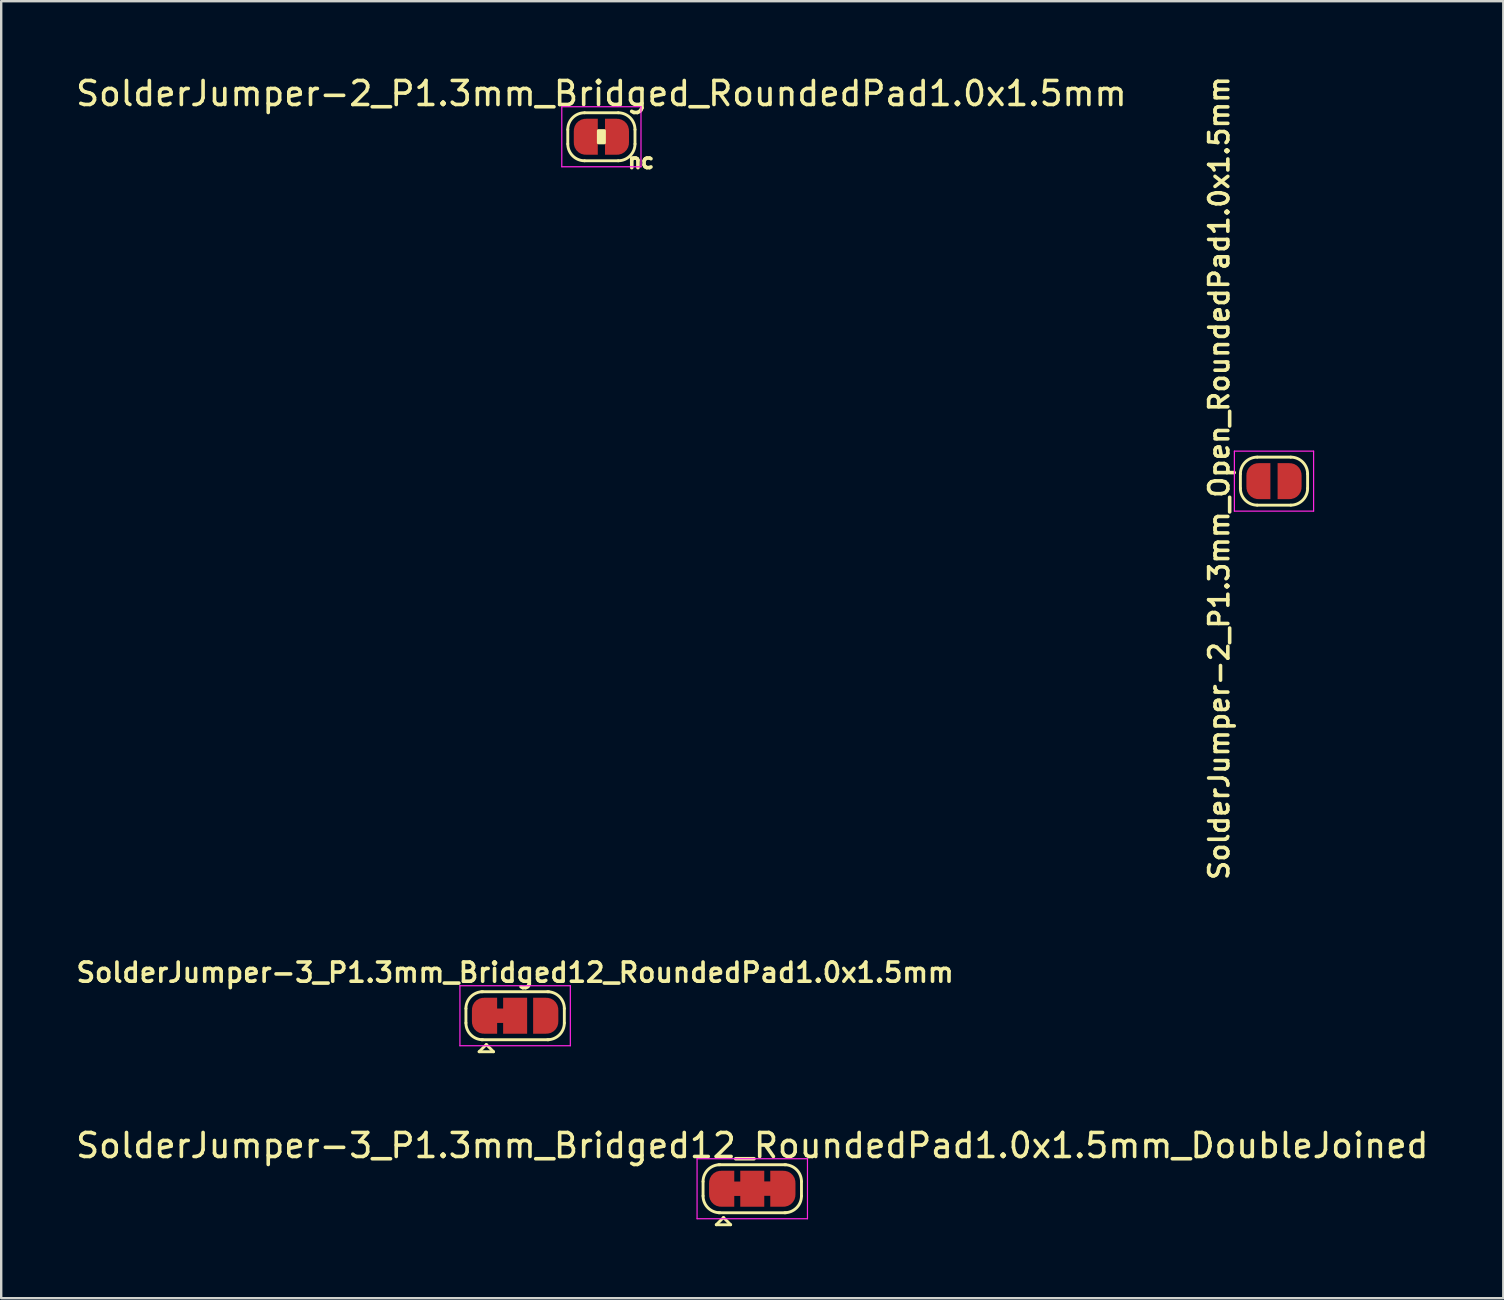
<source format=kicad_pcb>
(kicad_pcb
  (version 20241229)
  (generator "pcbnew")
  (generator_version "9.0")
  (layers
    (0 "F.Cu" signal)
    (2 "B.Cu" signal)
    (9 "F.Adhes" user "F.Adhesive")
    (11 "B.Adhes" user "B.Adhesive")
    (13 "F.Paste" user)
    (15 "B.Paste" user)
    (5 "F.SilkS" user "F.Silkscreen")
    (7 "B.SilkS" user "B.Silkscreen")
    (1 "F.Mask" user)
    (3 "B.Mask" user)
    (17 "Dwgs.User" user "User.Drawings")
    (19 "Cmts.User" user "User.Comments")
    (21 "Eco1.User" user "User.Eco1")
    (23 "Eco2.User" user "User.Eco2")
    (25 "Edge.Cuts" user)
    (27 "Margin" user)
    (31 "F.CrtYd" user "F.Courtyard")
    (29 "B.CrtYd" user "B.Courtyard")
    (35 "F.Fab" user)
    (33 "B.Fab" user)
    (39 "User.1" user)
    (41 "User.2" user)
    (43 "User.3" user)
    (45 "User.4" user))
  (footprint "SolderJumper-3_P1.3mm_Bridged12_RoundedPad1.0x1.5mm"
    (layer "F.Cu")
    (at 18.412 39.269)
    (property "Reference" "SolderJumper-3_P1.3mm_Bridged12_RoundedPad1.0x1.5mm" (at 0 -1.8 0) (layer "F.SilkS") (effects (font (size 0.8 0.8) (thickness 0.15))))
    (attr exclude_from_pos_files exclude_from_bom)
    (fp_poly (pts (xy -0.9 -0.3) (xy -0.4 -0.3) (xy -0.4 0.3) (xy -0.9 0.3)) (stroke (width 0) (type solid)) (fill yes) (layer "F.Cu"))
    (fp_line (start -2.05 0.3) (end -2.05 -0.3) (stroke (width 0.12) (type solid)) (layer "F.SilkS"))
    (fp_line (start -1.5 1.5) (end -0.9 1.5) (stroke (width 0.12) (type solid)) (layer "F.SilkS"))
    (fp_line (start -1.4 -1) (end 1.4 -1) (stroke (width 0.12) (type solid)) (layer "F.SilkS"))
    (fp_line (start -1.2 1.2) (end -1.5 1.5) (stroke (width 0.12) (type solid)) (layer "F.SilkS"))
    (fp_line (start -1.2 1.2) (end -0.9 1.5) (stroke (width 0.12) (type solid)) (layer "F.SilkS"))
    (fp_line (start 1.4 1) (end -1.4 1) (stroke (width 0.12) (type solid)) (layer "F.SilkS"))
    (fp_line (start 2.05 -0.3) (end 2.05 0.3) (stroke (width 0.12) (type solid)) (layer "F.SilkS"))
    (fp_arc (start -2.05 -0.3) (mid -1.844975 -0.794975) (end -1.35 -1) (stroke (width 0.12) (type solid)) (layer "F.SilkS"))
    (fp_arc (start -1.35 1) (mid -1.844975 0.794975) (end -2.05 0.3) (stroke (width 0.12) (type solid)) (layer "F.SilkS"))
    (fp_arc (start 1.35 -1) (mid 1.844975 -0.794975) (end 2.05 -0.3) (stroke (width 0.12) (type solid)) (layer "F.SilkS"))
    (fp_arc (start 2.05 0.3) (mid 1.844975 0.794975) (end 1.35 1) (stroke (width 0.12) (type solid)) (layer "F.SilkS"))
    (fp_line (start -2.3 -1.25) (end -2.3 1.25) (stroke (width 0.05) (type solid)) (layer "F.CrtYd"))
    (fp_line (start -2.3 -1.25) (end 2.3 -1.25) (stroke (width 0.05) (type solid)) (layer "F.CrtYd"))
    (fp_line (start 2.3 1.25) (end -2.3 1.25) (stroke (width 0.05) (type solid)) (layer "F.CrtYd"))
    (fp_line (start 2.3 1.25) (end 2.3 -1.25) (stroke (width 0.05) (type solid)) (layer "F.CrtYd"))
    (pad "1" smd custom (at -1.3 0) (size 1 0.5) (layers "F.Cu" "F.Mask") (options (anchor rect)) (primitives (gr_circle (center 0 0.25) (end 0.5 0.25) (width 0) (fill yes)) (gr_circle (center 0 -0.25) (end 0.5 -0.25) (width 0) (fill yes)) (gr_poly (pts (xy 0.55 0.75) (xy 0 0.75) (xy 0 -0.75) (xy 0.55 -0.75)) (width 0) (fill yes))))
    (pad "2" smd rect (at 0 0) (size 1 1.5) (layers "F.Cu" "F.Mask"))
    (pad "3" smd custom (at 1.3 0) (size 1 0.5) (layers "F.Cu" "F.Mask") (options (anchor rect)) (primitives (gr_circle (center 0 0.25) (end 0.5 0.25) (width 0) (fill yes)) (gr_circle (center 0 -0.25) (end 0.5 -0.25) (width 0) (fill yes)) (gr_poly (pts (xy 0 0.75) (xy -0.55 0.75) (xy -0.55 -0.75) (xy 0 -0.75)) (width 0) (fill yes)))))
  (footprint "SolderJumper-2_P1.3mm_Bridged_RoundedPad1.0x1.5mm"
    (layer "F.Cu")
    (at 22.006 2.648)
    (property "Reference" "SolderJumper-2_P1.3mm_Bridged_RoundedPad1.0x1.5mm" (at 0 -1.8 0) (layer "F.SilkS") (effects (font (size 1 1) (thickness 0.15))))
    (attr exclude_from_pos_files exclude_from_bom)
    (fp_poly (pts (xy 0.25 -0.3) (xy -0.25 -0.3) (xy -0.25 0.3) (xy 0.25 0.3)) (stroke (width 0) (type solid)) (fill yes) (layer "F.Cu"))
    (fp_line (start -1.4 0.3) (end -1.4 -0.3) (stroke (width 0.12) (type solid)) (layer "F.SilkS"))
    (fp_line (start -0.7 -1) (end 0.7 -1) (stroke (width 0.12) (type solid)) (layer "F.SilkS"))
    (fp_line (start 0.7 1) (end -0.7 1) (stroke (width 0.12) (type solid)) (layer "F.SilkS"))
    (fp_line (start 1.4 -0.3) (end 1.4 0.3) (stroke (width 0.12) (type solid)) (layer "F.SilkS"))
    (fp_rect (start -0.127 -0.254) (end 0.127 0.254) (stroke (width 0.12) (type solid)) (fill yes) (layer "F.SilkS"))
    (fp_arc (start -1.4 -0.3) (mid -1.194975 -0.794975) (end -0.7 -1) (stroke (width 0.12) (type solid)) (layer "F.SilkS"))
    (fp_arc (start -0.7 1) (mid -1.194975 0.794975) (end -1.4 0.3) (stroke (width 0.12) (type solid)) (layer "F.SilkS"))
    (fp_arc (start 0.7 -1) (mid 1.194975 -0.794975) (end 1.4 -0.3) (stroke (width 0.12) (type solid)) (layer "F.SilkS"))
    (fp_arc (start 1.4 0.3) (mid 1.194975 0.794975) (end 0.7 1) (stroke (width 0.12) (type solid)) (layer "F.SilkS"))
    (fp_line (start -1.65 -1.25) (end -1.65 1.25) (stroke (width 0.05) (type solid)) (layer "F.CrtYd"))
    (fp_line (start -1.65 -1.25) (end 1.65 -1.25) (stroke (width 0.05) (type solid)) (layer "F.CrtYd"))
    (fp_line (start 1.65 1.25) (end -1.65 1.25) (stroke (width 0.05) (type solid)) (layer "F.CrtYd"))
    (fp_line (start 1.65 1.25) (end 1.65 -1.25) (stroke (width 0.05) (type solid)) (layer "F.CrtYd"))
    (fp_text user "nc" (at 1.651 1.016 0) (unlocked yes) (layer "F.SilkS") (effects (font (size 0.6 0.6) (thickness 0.15))))
    (pad "1" smd custom (at -0.65 0) (size 1 0.5) (layers "F.Cu" "F.Mask") (options (anchor rect)) (primitives (gr_circle (center 0 0.25) (end 0.5 0.25) (width 0) (fill yes)) (gr_circle (center 0 -0.25) (end 0.5 -0.25) (width 0) (fill yes)) (gr_poly (pts (xy 0.5 0.75) (xy 0 0.75) (xy 0 -0.75) (xy 0.5 -0.75)) (width 0) (fill yes))))
    (pad "2" smd custom (at 0.65 0) (size 1 0.5) (layers "F.Cu" "F.Mask") (options (anchor rect)) (primitives (gr_circle (center 0 0.25) (end 0.5 0.25) (width 0) (fill yes)) (gr_circle (center 0 -0.25) (end 0.5 -0.25) (width 0) (fill yes)) (gr_poly (pts (xy 0 0.75) (xy -0.5 0.75) (xy -0.5 -0.75) (xy 0 -0.75)) (width 0) (fill yes)))))
  (footprint "SolderJumper-2_P1.3mm_Open_RoundedPad1.0x1.5mm"
    (layer "F.Cu")
    (at 50.029 16.996)
    (property "Reference" "SolderJumper-2_P1.3mm_Open_RoundedPad1.0x1.5mm" (at -2.286 -0.127 90) (layer "F.SilkS") (effects (font (size 0.8 0.8) (thickness 0.15))))
    (attr exclude_from_pos_files exclude_from_bom)
    (fp_line (start -1.4 0.3) (end -1.4 -0.3) (stroke (width 0.12) (type solid)) (layer "F.SilkS"))
    (fp_line (start -0.7 -1) (end 0.7 -1) (stroke (width 0.12) (type solid)) (layer "F.SilkS"))
    (fp_line (start 0.7 1) (end -0.7 1) (stroke (width 0.12) (type solid)) (layer "F.SilkS"))
    (fp_line (start 1.4 -0.3) (end 1.4 0.3) (stroke (width 0.12) (type solid)) (layer "F.SilkS"))
    (fp_arc (start -1.4 -0.3) (mid -1.194975 -0.794975) (end -0.7 -1) (stroke (width 0.12) (type solid)) (layer "F.SilkS"))
    (fp_arc (start -0.7 1) (mid -1.194975 0.794975) (end -1.4 0.3) (stroke (width 0.12) (type solid)) (layer "F.SilkS"))
    (fp_arc (start 0.7 -1) (mid 1.194975 -0.794975) (end 1.4 -0.3) (stroke (width 0.12) (type solid)) (layer "F.SilkS"))
    (fp_arc (start 1.4 0.3) (mid 1.194975 0.794975) (end 0.7 1) (stroke (width 0.12) (type solid)) (layer "F.SilkS"))
    (fp_line (start -1.65 -1.25) (end -1.65 1.25) (stroke (width 0.05) (type solid)) (layer "F.CrtYd"))
    (fp_line (start -1.65 -1.25) (end 1.65 -1.25) (stroke (width 0.05) (type solid)) (layer "F.CrtYd"))
    (fp_line (start 1.65 1.25) (end -1.65 1.25) (stroke (width 0.05) (type solid)) (layer "F.CrtYd"))
    (fp_line (start 1.65 1.25) (end 1.65 -1.25) (stroke (width 0.05) (type solid)) (layer "F.CrtYd"))
    (pad "1" smd custom (at -0.65 0) (size 1 0.5) (layers "F.Cu" "F.Mask") (options (anchor rect)) (primitives (gr_circle (center 0 0.25) (end 0.5 0.25) (width 0) (fill yes)) (gr_circle (center 0 -0.25) (end 0.5 -0.25) (width 0) (fill yes)) (gr_poly (pts (xy 0.5 0.75) (xy 0 0.75) (xy 0 -0.75) (xy 0.5 -0.75)) (width 0) (fill yes))))
    (pad "2" smd custom (at 0.65 0) (size 1 0.5) (layers "F.Cu" "F.Mask") (options (anchor rect)) (primitives (gr_circle (center 0 0.25) (end 0.5 0.25) (width 0) (fill yes)) (gr_circle (center 0 -0.25) (end 0.5 -0.25) (width 0) (fill yes)) (gr_poly (pts (xy 0 0.75) (xy -0.5 0.75) (xy -0.5 -0.75) (xy 0 -0.75)) (width 0) (fill yes)))))
  (footprint "SolderJumper-3_P1.3mm_Bridged12_RoundedPad1.0x1.5mm_DoubleJoined"
    (layer "F.Cu")
    (at 28.292 46.477)
    (property "Reference" "SolderJumper-3_P1.3mm_Bridged12_RoundedPad1.0x1.5mm_DoubleJoined" (at 0 -1.8 0) (layer "F.SilkS") (effects (font (size 1 1) (thickness 0.15))))
    (attr exclude_from_pos_files exclude_from_bom)
    (fp_poly (pts (xy -0.9 -0.3) (xy -0.4 -0.3) (xy -0.4 0.3) (xy -0.9 0.3)) (stroke (width 0) (type solid)) (fill yes) (layer "F.Cu"))
    (fp_poly (pts (xy 0.356 -0.305) (xy 0.856 -0.305) (xy 0.856 0.295) (xy 0.356 0.295)) (stroke (width 0) (type solid)) (fill yes) (layer "F.Cu"))
    (fp_line (start -2.05 0.3) (end -2.05 -0.3) (stroke (width 0.12) (type solid)) (layer "F.SilkS"))
    (fp_line (start -1.5 1.5) (end -0.9 1.5) (stroke (width 0.12) (type solid)) (layer "F.SilkS"))
    (fp_line (start -1.4 -1) (end 1.4 -1) (stroke (width 0.12) (type solid)) (layer "F.SilkS"))
    (fp_line (start -1.2 1.2) (end -1.5 1.5) (stroke (width 0.12) (type solid)) (layer "F.SilkS"))
    (fp_line (start -1.2 1.2) (end -0.9 1.5) (stroke (width 0.12) (type solid)) (layer "F.SilkS"))
    (fp_line (start 1.4 1) (end -1.4 1) (stroke (width 0.12) (type solid)) (layer "F.SilkS"))
    (fp_line (start 2.05 -0.3) (end 2.05 0.3) (stroke (width 0.12) (type solid)) (layer "F.SilkS"))
    (fp_arc (start -2.05 -0.3) (mid -1.844975 -0.794975) (end -1.35 -1) (stroke (width 0.12) (type solid)) (layer "F.SilkS"))
    (fp_arc (start -1.35 1) (mid -1.844975 0.794975) (end -2.05 0.3) (stroke (width 0.12) (type solid)) (layer "F.SilkS"))
    (fp_arc (start 1.35 -1) (mid 1.844975 -0.794975) (end 2.05 -0.3) (stroke (width 0.12) (type solid)) (layer "F.SilkS"))
    (fp_arc (start 2.05 0.3) (mid 1.844975 0.794975) (end 1.35 1) (stroke (width 0.12) (type solid)) (layer "F.SilkS"))
    (fp_line (start -2.3 -1.25) (end -2.3 1.25) (stroke (width 0.05) (type solid)) (layer "F.CrtYd"))
    (fp_line (start -2.3 -1.25) (end 2.3 -1.25) (stroke (width 0.05) (type solid)) (layer "F.CrtYd"))
    (fp_line (start 2.3 1.25) (end -2.3 1.25) (stroke (width 0.05) (type solid)) (layer "F.CrtYd"))
    (fp_line (start 2.3 1.25) (end 2.3 -1.25) (stroke (width 0.05) (type solid)) (layer "F.CrtYd"))
    (pad "1" smd custom (at -1.3 0) (size 1 0.5) (layers "F.Cu" "F.Mask") (options (anchor rect)) (primitives (gr_circle (center 0 0.25) (end 0.5 0.25) (width 0) (fill yes)) (gr_circle (center 0 -0.25) (end 0.5 -0.25) (width 0) (fill yes)) (gr_poly (pts (xy 0.55 0.75) (xy 0 0.75) (xy 0 -0.75) (xy 0.55 -0.75)) (width 0) (fill yes))))
    (pad "2" smd rect (at 0 0) (size 1 1.5) (layers "F.Cu" "F.Mask"))
    (pad "3" smd custom (at 1.3 0) (size 1 0.5) (layers "F.Cu" "F.Mask") (options (anchor rect)) (primitives (gr_circle (center 0 0.25) (end 0.5 0.25) (width 0) (fill yes)) (gr_circle (center 0 -0.25) (end 0.5 -0.25) (width 0) (fill yes)) (gr_poly (pts (xy 0 0.75) (xy -0.55 0.75) (xy -0.55 -0.75) (xy 0 -0.75)) (width 0) (fill yes)))))
  (gr_rect
    (start -3 -3)
    (end 59.583 51.037)
    (stroke (width 0.1) (type default))
    (fill no)
    (layer "Edge.Cuts")))
</source>
